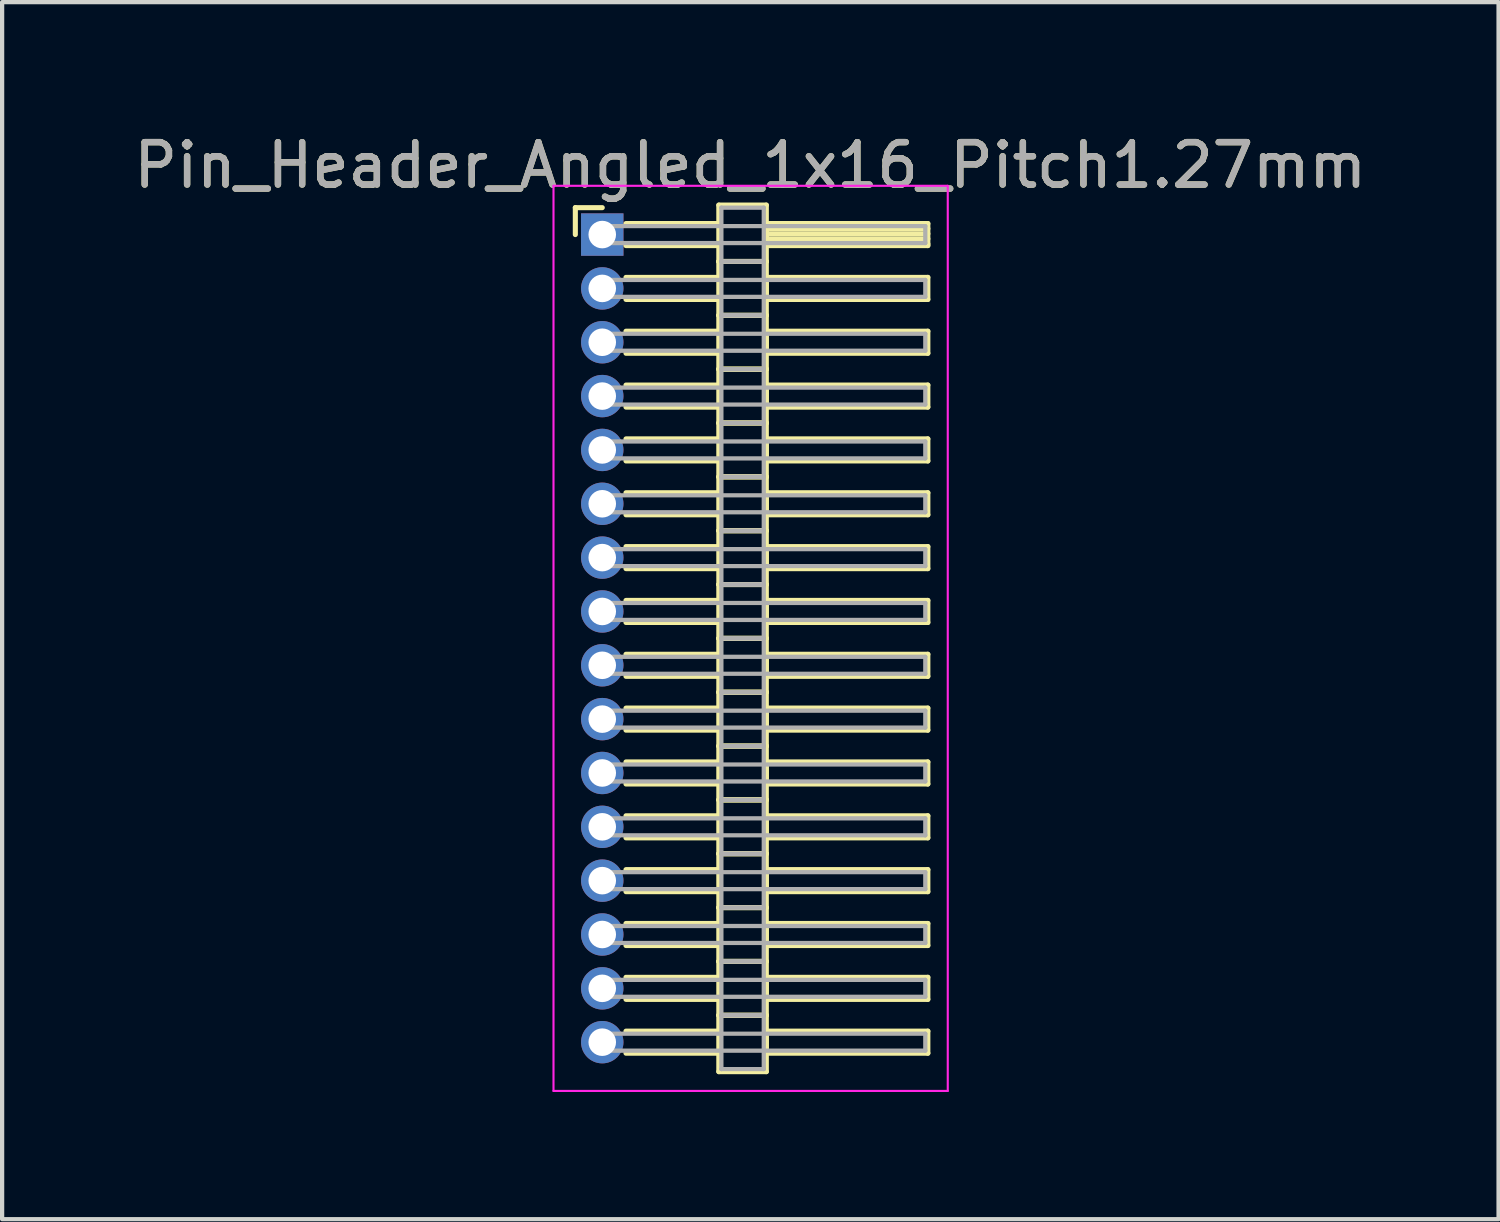
<source format=kicad_pcb>
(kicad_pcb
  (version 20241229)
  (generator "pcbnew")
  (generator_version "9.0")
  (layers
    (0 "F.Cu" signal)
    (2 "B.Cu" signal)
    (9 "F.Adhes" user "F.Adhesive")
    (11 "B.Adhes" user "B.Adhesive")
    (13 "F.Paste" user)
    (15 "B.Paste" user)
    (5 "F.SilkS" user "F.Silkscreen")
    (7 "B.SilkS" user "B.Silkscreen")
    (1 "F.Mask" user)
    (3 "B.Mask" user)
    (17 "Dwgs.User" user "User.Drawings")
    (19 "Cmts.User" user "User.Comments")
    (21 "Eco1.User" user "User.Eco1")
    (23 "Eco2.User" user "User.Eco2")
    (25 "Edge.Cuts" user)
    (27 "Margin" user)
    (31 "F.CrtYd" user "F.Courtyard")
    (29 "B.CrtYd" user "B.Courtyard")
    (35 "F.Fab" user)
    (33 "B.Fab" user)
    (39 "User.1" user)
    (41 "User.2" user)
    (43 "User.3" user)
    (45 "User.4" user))
  (footprint "Pin_Header_Angled_1x16_Pitch1.27mm"
    (layer "F.Cu")
    (at 11.156 2.483)
    (property "Reference" "Pin_Header_Angled_1x16_Pitch1.27mm" (at 3.493 -1.635 0) (layer "F.SilkS") (effects (font (size 1 1) (thickness 0.15))))
    (attr through_hole)
    (fp_line (start -0.635 -0.635) (end 0 -0.635) (stroke (width 0.12) (type solid)) (layer "F.SilkS"))
    (fp_line (start -0.635 0) (end -0.635 -0.635) (stroke (width 0.12) (type solid)) (layer "F.SilkS"))
    (fp_line (start 0.56 -0.26) (end 2.75 -0.26) (stroke (width 0.12) (type solid)) (layer "F.SilkS"))
    (fp_line (start 0.56 0.26) (end 2.75 0.26) (stroke (width 0.12) (type solid)) (layer "F.SilkS"))
    (fp_line (start 0.56 1.01) (end 2.75 1.01) (stroke (width 0.12) (type solid)) (layer "F.SilkS"))
    (fp_line (start 0.56 1.53) (end 2.75 1.53) (stroke (width 0.12) (type solid)) (layer "F.SilkS"))
    (fp_line (start 0.56 2.28) (end 2.75 2.28) (stroke (width 0.12) (type solid)) (layer "F.SilkS"))
    (fp_line (start 0.56 2.8) (end 2.75 2.8) (stroke (width 0.12) (type solid)) (layer "F.SilkS"))
    (fp_line (start 0.56 3.55) (end 2.75 3.55) (stroke (width 0.12) (type solid)) (layer "F.SilkS"))
    (fp_line (start 0.56 4.07) (end 2.75 4.07) (stroke (width 0.12) (type solid)) (layer "F.SilkS"))
    (fp_line (start 0.56 4.82) (end 2.75 4.82) (stroke (width 0.12) (type solid)) (layer "F.SilkS"))
    (fp_line (start 0.56 5.34) (end 2.75 5.34) (stroke (width 0.12) (type solid)) (layer "F.SilkS"))
    (fp_line (start 0.56 6.09) (end 2.75 6.09) (stroke (width 0.12) (type solid)) (layer "F.SilkS"))
    (fp_line (start 0.56 6.61) (end 2.75 6.61) (stroke (width 0.12) (type solid)) (layer "F.SilkS"))
    (fp_line (start 0.56 7.36) (end 2.75 7.36) (stroke (width 0.12) (type solid)) (layer "F.SilkS"))
    (fp_line (start 0.56 7.88) (end 2.75 7.88) (stroke (width 0.12) (type solid)) (layer "F.SilkS"))
    (fp_line (start 0.56 8.63) (end 2.75 8.63) (stroke (width 0.12) (type solid)) (layer "F.SilkS"))
    (fp_line (start 0.56 9.15) (end 2.75 9.15) (stroke (width 0.12) (type solid)) (layer "F.SilkS"))
    (fp_line (start 0.56 9.9) (end 2.75 9.9) (stroke (width 0.12) (type solid)) (layer "F.SilkS"))
    (fp_line (start 0.56 10.42) (end 2.75 10.42) (stroke (width 0.12) (type solid)) (layer "F.SilkS"))
    (fp_line (start 0.56 11.17) (end 2.75 11.17) (stroke (width 0.12) (type solid)) (layer "F.SilkS"))
    (fp_line (start 0.56 11.69) (end 2.75 11.69) (stroke (width 0.12) (type solid)) (layer "F.SilkS"))
    (fp_line (start 0.56 12.44) (end 2.75 12.44) (stroke (width 0.12) (type solid)) (layer "F.SilkS"))
    (fp_line (start 0.56 12.96) (end 2.75 12.96) (stroke (width 0.12) (type solid)) (layer "F.SilkS"))
    (fp_line (start 0.56 13.71) (end 2.75 13.71) (stroke (width 0.12) (type solid)) (layer "F.SilkS"))
    (fp_line (start 0.56 14.23) (end 2.75 14.23) (stroke (width 0.12) (type solid)) (layer "F.SilkS"))
    (fp_line (start 0.56 14.98) (end 2.75 14.98) (stroke (width 0.12) (type solid)) (layer "F.SilkS"))
    (fp_line (start 0.56 15.5) (end 2.75 15.5) (stroke (width 0.12) (type solid)) (layer "F.SilkS"))
    (fp_line (start 0.56 16.25) (end 2.75 16.25) (stroke (width 0.12) (type solid)) (layer "F.SilkS"))
    (fp_line (start 0.56 16.77) (end 2.75 16.77) (stroke (width 0.12) (type solid)) (layer "F.SilkS"))
    (fp_line (start 0.56 17.52) (end 2.75 17.52) (stroke (width 0.12) (type solid)) (layer "F.SilkS"))
    (fp_line (start 0.56 18.04) (end 2.75 18.04) (stroke (width 0.12) (type solid)) (layer "F.SilkS"))
    (fp_line (start 0.56 18.79) (end 2.75 18.79) (stroke (width 0.12) (type solid)) (layer "F.SilkS"))
    (fp_line (start 0.56 19.31) (end 2.75 19.31) (stroke (width 0.12) (type solid)) (layer "F.SilkS"))
    (fp_line (start 2.75 -0.695) (end 2.75 0.635) (stroke (width 0.12) (type solid)) (layer "F.SilkS"))
    (fp_line (start 2.75 0.635) (end 2.75 1.905) (stroke (width 0.12) (type solid)) (layer "F.SilkS"))
    (fp_line (start 2.75 0.635) (end 3.87 0.635) (stroke (width 0.12) (type solid)) (layer "F.SilkS"))
    (fp_line (start 2.75 1.905) (end 2.75 3.175) (stroke (width 0.12) (type solid)) (layer "F.SilkS"))
    (fp_line (start 2.75 1.905) (end 3.87 1.905) (stroke (width 0.12) (type solid)) (layer "F.SilkS"))
    (fp_line (start 2.75 3.175) (end 2.75 4.445) (stroke (width 0.12) (type solid)) (layer "F.SilkS"))
    (fp_line (start 2.75 3.175) (end 3.87 3.175) (stroke (width 0.12) (type solid)) (layer "F.SilkS"))
    (fp_line (start 2.75 4.445) (end 2.75 5.715) (stroke (width 0.12) (type solid)) (layer "F.SilkS"))
    (fp_line (start 2.75 4.445) (end 3.87 4.445) (stroke (width 0.12) (type solid)) (layer "F.SilkS"))
    (fp_line (start 2.75 5.715) (end 2.75 6.985) (stroke (width 0.12) (type solid)) (layer "F.SilkS"))
    (fp_line (start 2.75 5.715) (end 3.87 5.715) (stroke (width 0.12) (type solid)) (layer "F.SilkS"))
    (fp_line (start 2.75 6.985) (end 2.75 8.255) (stroke (width 0.12) (type solid)) (layer "F.SilkS"))
    (fp_line (start 2.75 6.985) (end 3.87 6.985) (stroke (width 0.12) (type solid)) (layer "F.SilkS"))
    (fp_line (start 2.75 8.255) (end 2.75 9.525) (stroke (width 0.12) (type solid)) (layer "F.SilkS"))
    (fp_line (start 2.75 8.255) (end 3.87 8.255) (stroke (width 0.12) (type solid)) (layer "F.SilkS"))
    (fp_line (start 2.75 9.525) (end 2.75 10.795) (stroke (width 0.12) (type solid)) (layer "F.SilkS"))
    (fp_line (start 2.75 9.525) (end 3.87 9.525) (stroke (width 0.12) (type solid)) (layer "F.SilkS"))
    (fp_line (start 2.75 10.795) (end 2.75 12.065) (stroke (width 0.12) (type solid)) (layer "F.SilkS"))
    (fp_line (start 2.75 10.795) (end 3.87 10.795) (stroke (width 0.12) (type solid)) (layer "F.SilkS"))
    (fp_line (start 2.75 12.065) (end 2.75 13.335) (stroke (width 0.12) (type solid)) (layer "F.SilkS"))
    (fp_line (start 2.75 12.065) (end 3.87 12.065) (stroke (width 0.12) (type solid)) (layer "F.SilkS"))
    (fp_line (start 2.75 13.335) (end 2.75 14.605) (stroke (width 0.12) (type solid)) (layer "F.SilkS"))
    (fp_line (start 2.75 13.335) (end 3.87 13.335) (stroke (width 0.12) (type solid)) (layer "F.SilkS"))
    (fp_line (start 2.75 14.605) (end 2.75 15.875) (stroke (width 0.12) (type solid)) (layer "F.SilkS"))
    (fp_line (start 2.75 14.605) (end 3.87 14.605) (stroke (width 0.12) (type solid)) (layer "F.SilkS"))
    (fp_line (start 2.75 15.875) (end 2.75 17.145) (stroke (width 0.12) (type solid)) (layer "F.SilkS"))
    (fp_line (start 2.75 15.875) (end 3.87 15.875) (stroke (width 0.12) (type solid)) (layer "F.SilkS"))
    (fp_line (start 2.75 17.145) (end 2.75 18.415) (stroke (width 0.12) (type solid)) (layer "F.SilkS"))
    (fp_line (start 2.75 17.145) (end 3.87 17.145) (stroke (width 0.12) (type solid)) (layer "F.SilkS"))
    (fp_line (start 2.75 18.415) (end 2.75 19.745) (stroke (width 0.12) (type solid)) (layer "F.SilkS"))
    (fp_line (start 2.75 18.415) (end 3.87 18.415) (stroke (width 0.12) (type solid)) (layer "F.SilkS"))
    (fp_line (start 2.75 19.745) (end 3.87 19.745) (stroke (width 0.12) (type solid)) (layer "F.SilkS"))
    (fp_line (start 3.87 -0.695) (end 2.75 -0.695) (stroke (width 0.12) (type solid)) (layer "F.SilkS"))
    (fp_line (start 3.87 -0.26) (end 3.87 0.26) (stroke (width 0.12) (type solid)) (layer "F.SilkS"))
    (fp_line (start 3.87 -0.14) (end 7.68 -0.14) (stroke (width 0.12) (type solid)) (layer "F.SilkS"))
    (fp_line (start 3.87 -0.02) (end 7.68 -0.02) (stroke (width 0.12) (type solid)) (layer "F.SilkS"))
    (fp_line (start 3.87 0.1) (end 7.68 0.1) (stroke (width 0.12) (type solid)) (layer "F.SilkS"))
    (fp_line (start 3.87 0.22) (end 7.68 0.22) (stroke (width 0.12) (type solid)) (layer "F.SilkS"))
    (fp_line (start 3.87 0.26) (end 7.68 0.26) (stroke (width 0.12) (type solid)) (layer "F.SilkS"))
    (fp_line (start 3.87 0.635) (end 2.75 0.635) (stroke (width 0.12) (type solid)) (layer "F.SilkS"))
    (fp_line (start 3.87 0.635) (end 3.87 -0.695) (stroke (width 0.12) (type solid)) (layer "F.SilkS"))
    (fp_line (start 3.87 1.01) (end 3.87 1.53) (stroke (width 0.12) (type solid)) (layer "F.SilkS"))
    (fp_line (start 3.87 1.53) (end 7.68 1.53) (stroke (width 0.12) (type solid)) (layer "F.SilkS"))
    (fp_line (start 3.87 1.905) (end 2.75 1.905) (stroke (width 0.12) (type solid)) (layer "F.SilkS"))
    (fp_line (start 3.87 1.905) (end 3.87 0.635) (stroke (width 0.12) (type solid)) (layer "F.SilkS"))
    (fp_line (start 3.87 2.28) (end 3.87 2.8) (stroke (width 0.12) (type solid)) (layer "F.SilkS"))
    (fp_line (start 3.87 2.8) (end 7.68 2.8) (stroke (width 0.12) (type solid)) (layer "F.SilkS"))
    (fp_line (start 3.87 3.175) (end 2.75 3.175) (stroke (width 0.12) (type solid)) (layer "F.SilkS"))
    (fp_line (start 3.87 3.175) (end 3.87 1.905) (stroke (width 0.12) (type solid)) (layer "F.SilkS"))
    (fp_line (start 3.87 3.55) (end 3.87 4.07) (stroke (width 0.12) (type solid)) (layer "F.SilkS"))
    (fp_line (start 3.87 4.07) (end 7.68 4.07) (stroke (width 0.12) (type solid)) (layer "F.SilkS"))
    (fp_line (start 3.87 4.445) (end 2.75 4.445) (stroke (width 0.12) (type solid)) (layer "F.SilkS"))
    (fp_line (start 3.87 4.445) (end 3.87 3.175) (stroke (width 0.12) (type solid)) (layer "F.SilkS"))
    (fp_line (start 3.87 4.82) (end 3.87 5.34) (stroke (width 0.12) (type solid)) (layer "F.SilkS"))
    (fp_line (start 3.87 5.34) (end 7.68 5.34) (stroke (width 0.12) (type solid)) (layer "F.SilkS"))
    (fp_line (start 3.87 5.715) (end 2.75 5.715) (stroke (width 0.12) (type solid)) (layer "F.SilkS"))
    (fp_line (start 3.87 5.715) (end 3.87 4.445) (stroke (width 0.12) (type solid)) (layer "F.SilkS"))
    (fp_line (start 3.87 6.09) (end 3.87 6.61) (stroke (width 0.12) (type solid)) (layer "F.SilkS"))
    (fp_line (start 3.87 6.61) (end 7.68 6.61) (stroke (width 0.12) (type solid)) (layer "F.SilkS"))
    (fp_line (start 3.87 6.985) (end 2.75 6.985) (stroke (width 0.12) (type solid)) (layer "F.SilkS"))
    (fp_line (start 3.87 6.985) (end 3.87 5.715) (stroke (width 0.12) (type solid)) (layer "F.SilkS"))
    (fp_line (start 3.87 7.36) (end 3.87 7.88) (stroke (width 0.12) (type solid)) (layer "F.SilkS"))
    (fp_line (start 3.87 7.88) (end 7.68 7.88) (stroke (width 0.12) (type solid)) (layer "F.SilkS"))
    (fp_line (start 3.87 8.255) (end 2.75 8.255) (stroke (width 0.12) (type solid)) (layer "F.SilkS"))
    (fp_line (start 3.87 8.255) (end 3.87 6.985) (stroke (width 0.12) (type solid)) (layer "F.SilkS"))
    (fp_line (start 3.87 8.63) (end 3.87 9.15) (stroke (width 0.12) (type solid)) (layer "F.SilkS"))
    (fp_line (start 3.87 9.15) (end 7.68 9.15) (stroke (width 0.12) (type solid)) (layer "F.SilkS"))
    (fp_line (start 3.87 9.525) (end 2.75 9.525) (stroke (width 0.12) (type solid)) (layer "F.SilkS"))
    (fp_line (start 3.87 9.525) (end 3.87 8.255) (stroke (width 0.12) (type solid)) (layer "F.SilkS"))
    (fp_line (start 3.87 9.9) (end 3.87 10.42) (stroke (width 0.12) (type solid)) (layer "F.SilkS"))
    (fp_line (start 3.87 10.42) (end 7.68 10.42) (stroke (width 0.12) (type solid)) (layer "F.SilkS"))
    (fp_line (start 3.87 10.795) (end 2.75 10.795) (stroke (width 0.12) (type solid)) (layer "F.SilkS"))
    (fp_line (start 3.87 10.795) (end 3.87 9.525) (stroke (width 0.12) (type solid)) (layer "F.SilkS"))
    (fp_line (start 3.87 11.17) (end 3.87 11.69) (stroke (width 0.12) (type solid)) (layer "F.SilkS"))
    (fp_line (start 3.87 11.69) (end 7.68 11.69) (stroke (width 0.12) (type solid)) (layer "F.SilkS"))
    (fp_line (start 3.87 12.065) (end 2.75 12.065) (stroke (width 0.12) (type solid)) (layer "F.SilkS"))
    (fp_line (start 3.87 12.065) (end 3.87 10.795) (stroke (width 0.12) (type solid)) (layer "F.SilkS"))
    (fp_line (start 3.87 12.44) (end 3.87 12.96) (stroke (width 0.12) (type solid)) (layer "F.SilkS"))
    (fp_line (start 3.87 12.96) (end 7.68 12.96) (stroke (width 0.12) (type solid)) (layer "F.SilkS"))
    (fp_line (start 3.87 13.335) (end 2.75 13.335) (stroke (width 0.12) (type solid)) (layer "F.SilkS"))
    (fp_line (start 3.87 13.335) (end 3.87 12.065) (stroke (width 0.12) (type solid)) (layer "F.SilkS"))
    (fp_line (start 3.87 13.71) (end 3.87 14.23) (stroke (width 0.12) (type solid)) (layer "F.SilkS"))
    (fp_line (start 3.87 14.23) (end 7.68 14.23) (stroke (width 0.12) (type solid)) (layer "F.SilkS"))
    (fp_line (start 3.87 14.605) (end 2.75 14.605) (stroke (width 0.12) (type solid)) (layer "F.SilkS"))
    (fp_line (start 3.87 14.605) (end 3.87 13.335) (stroke (width 0.12) (type solid)) (layer "F.SilkS"))
    (fp_line (start 3.87 14.98) (end 3.87 15.5) (stroke (width 0.12) (type solid)) (layer "F.SilkS"))
    (fp_line (start 3.87 15.5) (end 7.68 15.5) (stroke (width 0.12) (type solid)) (layer "F.SilkS"))
    (fp_line (start 3.87 15.875) (end 2.75 15.875) (stroke (width 0.12) (type solid)) (layer "F.SilkS"))
    (fp_line (start 3.87 15.875) (end 3.87 14.605) (stroke (width 0.12) (type solid)) (layer "F.SilkS"))
    (fp_line (start 3.87 16.25) (end 3.87 16.77) (stroke (width 0.12) (type solid)) (layer "F.SilkS"))
    (fp_line (start 3.87 16.77) (end 7.68 16.77) (stroke (width 0.12) (type solid)) (layer "F.SilkS"))
    (fp_line (start 3.87 17.145) (end 2.75 17.145) (stroke (width 0.12) (type solid)) (layer "F.SilkS"))
    (fp_line (start 3.87 17.145) (end 3.87 15.875) (stroke (width 0.12) (type solid)) (layer "F.SilkS"))
    (fp_line (start 3.87 17.52) (end 3.87 18.04) (stroke (width 0.12) (type solid)) (layer "F.SilkS"))
    (fp_line (start 3.87 18.04) (end 7.68 18.04) (stroke (width 0.12) (type solid)) (layer "F.SilkS"))
    (fp_line (start 3.87 18.415) (end 2.75 18.415) (stroke (width 0.12) (type solid)) (layer "F.SilkS"))
    (fp_line (start 3.87 18.415) (end 3.87 17.145) (stroke (width 0.12) (type solid)) (layer "F.SilkS"))
    (fp_line (start 3.87 18.79) (end 3.87 19.31) (stroke (width 0.12) (type solid)) (layer "F.SilkS"))
    (fp_line (start 3.87 19.31) (end 7.68 19.31) (stroke (width 0.12) (type solid)) (layer "F.SilkS"))
    (fp_line (start 3.87 19.745) (end 3.87 18.415) (stroke (width 0.12) (type solid)) (layer "F.SilkS"))
    (fp_line (start 7.68 -0.26) (end 3.87 -0.26) (stroke (width 0.12) (type solid)) (layer "F.SilkS"))
    (fp_line (start 7.68 0.26) (end 7.68 -0.26) (stroke (width 0.12) (type solid)) (layer "F.SilkS"))
    (fp_line (start 7.68 1.01) (end 3.87 1.01) (stroke (width 0.12) (type solid)) (layer "F.SilkS"))
    (fp_line (start 7.68 1.53) (end 7.68 1.01) (stroke (width 0.12) (type solid)) (layer "F.SilkS"))
    (fp_line (start 7.68 2.28) (end 3.87 2.28) (stroke (width 0.12) (type solid)) (layer "F.SilkS"))
    (fp_line (start 7.68 2.8) (end 7.68 2.28) (stroke (width 0.12) (type solid)) (layer "F.SilkS"))
    (fp_line (start 7.68 3.55) (end 3.87 3.55) (stroke (width 0.12) (type solid)) (layer "F.SilkS"))
    (fp_line (start 7.68 4.07) (end 7.68 3.55) (stroke (width 0.12) (type solid)) (layer "F.SilkS"))
    (fp_line (start 7.68 4.82) (end 3.87 4.82) (stroke (width 0.12) (type solid)) (layer "F.SilkS"))
    (fp_line (start 7.68 5.34) (end 7.68 4.82) (stroke (width 0.12) (type solid)) (layer "F.SilkS"))
    (fp_line (start 7.68 6.09) (end 3.87 6.09) (stroke (width 0.12) (type solid)) (layer "F.SilkS"))
    (fp_line (start 7.68 6.61) (end 7.68 6.09) (stroke (width 0.12) (type solid)) (layer "F.SilkS"))
    (fp_line (start 7.68 7.36) (end 3.87 7.36) (stroke (width 0.12) (type solid)) (layer "F.SilkS"))
    (fp_line (start 7.68 7.88) (end 7.68 7.36) (stroke (width 0.12) (type solid)) (layer "F.SilkS"))
    (fp_line (start 7.68 8.63) (end 3.87 8.63) (stroke (width 0.12) (type solid)) (layer "F.SilkS"))
    (fp_line (start 7.68 9.15) (end 7.68 8.63) (stroke (width 0.12) (type solid)) (layer "F.SilkS"))
    (fp_line (start 7.68 9.9) (end 3.87 9.9) (stroke (width 0.12) (type solid)) (layer "F.SilkS"))
    (fp_line (start 7.68 10.42) (end 7.68 9.9) (stroke (width 0.12) (type solid)) (layer "F.SilkS"))
    (fp_line (start 7.68 11.17) (end 3.87 11.17) (stroke (width 0.12) (type solid)) (layer "F.SilkS"))
    (fp_line (start 7.68 11.69) (end 7.68 11.17) (stroke (width 0.12) (type solid)) (layer "F.SilkS"))
    (fp_line (start 7.68 12.44) (end 3.87 12.44) (stroke (width 0.12) (type solid)) (layer "F.SilkS"))
    (fp_line (start 7.68 12.96) (end 7.68 12.44) (stroke (width 0.12) (type solid)) (layer "F.SilkS"))
    (fp_line (start 7.68 13.71) (end 3.87 13.71) (stroke (width 0.12) (type solid)) (layer "F.SilkS"))
    (fp_line (start 7.68 14.23) (end 7.68 13.71) (stroke (width 0.12) (type solid)) (layer "F.SilkS"))
    (fp_line (start 7.68 14.98) (end 3.87 14.98) (stroke (width 0.12) (type solid)) (layer "F.SilkS"))
    (fp_line (start 7.68 15.5) (end 7.68 14.98) (stroke (width 0.12) (type solid)) (layer "F.SilkS"))
    (fp_line (start 7.68 16.25) (end 3.87 16.25) (stroke (width 0.12) (type solid)) (layer "F.SilkS"))
    (fp_line (start 7.68 16.77) (end 7.68 16.25) (stroke (width 0.12) (type solid)) (layer "F.SilkS"))
    (fp_line (start 7.68 17.52) (end 3.87 17.52) (stroke (width 0.12) (type solid)) (layer "F.SilkS"))
    (fp_line (start 7.68 18.04) (end 7.68 17.52) (stroke (width 0.12) (type solid)) (layer "F.SilkS"))
    (fp_line (start 7.68 18.79) (end 3.87 18.79) (stroke (width 0.12) (type solid)) (layer "F.SilkS"))
    (fp_line (start 7.68 19.31) (end 7.68 18.79) (stroke (width 0.12) (type solid)) (layer "F.SilkS"))
    (fp_line (start -1.15 -1.15) (end -1.15 20.2) (stroke (width 0.05) (type solid)) (layer "F.CrtYd"))
    (fp_line (start -1.15 20.2) (end 8.15 20.2) (stroke (width 0.05) (type solid)) (layer "F.CrtYd"))
    (fp_line (start 8.15 -1.15) (end -1.15 -1.15) (stroke (width 0.05) (type solid)) (layer "F.CrtYd"))
    (fp_line (start 8.15 20.2) (end 8.15 -1.15) (stroke (width 0.05) (type solid)) (layer "F.CrtYd"))
    (fp_line (start 0 -0.2) (end 0 0.2) (stroke (width 0.1) (type solid)) (layer "F.Fab"))
    (fp_line (start 0 0.2) (end 7.62 0.2) (stroke (width 0.1) (type solid)) (layer "F.Fab"))
    (fp_line (start 0 1.07) (end 0 1.47) (stroke (width 0.1) (type solid)) (layer "F.Fab"))
    (fp_line (start 0 1.47) (end 7.62 1.47) (stroke (width 0.1) (type solid)) (layer "F.Fab"))
    (fp_line (start 0 2.34) (end 0 2.74) (stroke (width 0.1) (type solid)) (layer "F.Fab"))
    (fp_line (start 0 2.74) (end 7.62 2.74) (stroke (width 0.1) (type solid)) (layer "F.Fab"))
    (fp_line (start 0 3.61) (end 0 4.01) (stroke (width 0.1) (type solid)) (layer "F.Fab"))
    (fp_line (start 0 4.01) (end 7.62 4.01) (stroke (width 0.1) (type solid)) (layer "F.Fab"))
    (fp_line (start 0 4.88) (end 0 5.28) (stroke (width 0.1) (type solid)) (layer "F.Fab"))
    (fp_line (start 0 5.28) (end 7.62 5.28) (stroke (width 0.1) (type solid)) (layer "F.Fab"))
    (fp_line (start 0 6.15) (end 0 6.55) (stroke (width 0.1) (type solid)) (layer "F.Fab"))
    (fp_line (start 0 6.55) (end 7.62 6.55) (stroke (width 0.1) (type solid)) (layer "F.Fab"))
    (fp_line (start 0 7.42) (end 0 7.82) (stroke (width 0.1) (type solid)) (layer "F.Fab"))
    (fp_line (start 0 7.82) (end 7.62 7.82) (stroke (width 0.1) (type solid)) (layer "F.Fab"))
    (fp_line (start 0 8.69) (end 0 9.09) (stroke (width 0.1) (type solid)) (layer "F.Fab"))
    (fp_line (start 0 9.09) (end 7.62 9.09) (stroke (width 0.1) (type solid)) (layer "F.Fab"))
    (fp_line (start 0 9.96) (end 0 10.36) (stroke (width 0.1) (type solid)) (layer "F.Fab"))
    (fp_line (start 0 10.36) (end 7.62 10.36) (stroke (width 0.1) (type solid)) (layer "F.Fab"))
    (fp_line (start 0 11.23) (end 0 11.63) (stroke (width 0.1) (type solid)) (layer "F.Fab"))
    (fp_line (start 0 11.63) (end 7.62 11.63) (stroke (width 0.1) (type solid)) (layer "F.Fab"))
    (fp_line (start 0 12.5) (end 0 12.9) (stroke (width 0.1) (type solid)) (layer "F.Fab"))
    (fp_line (start 0 12.9) (end 7.62 12.9) (stroke (width 0.1) (type solid)) (layer "F.Fab"))
    (fp_line (start 0 13.77) (end 0 14.17) (stroke (width 0.1) (type solid)) (layer "F.Fab"))
    (fp_line (start 0 14.17) (end 7.62 14.17) (stroke (width 0.1) (type solid)) (layer "F.Fab"))
    (fp_line (start 0 15.04) (end 0 15.44) (stroke (width 0.1) (type solid)) (layer "F.Fab"))
    (fp_line (start 0 15.44) (end 7.62 15.44) (stroke (width 0.1) (type solid)) (layer "F.Fab"))
    (fp_line (start 0 16.31) (end 0 16.71) (stroke (width 0.1) (type solid)) (layer "F.Fab"))
    (fp_line (start 0 16.71) (end 7.62 16.71) (stroke (width 0.1) (type solid)) (layer "F.Fab"))
    (fp_line (start 0 17.58) (end 0 17.98) (stroke (width 0.1) (type solid)) (layer "F.Fab"))
    (fp_line (start 0 17.98) (end 7.62 17.98) (stroke (width 0.1) (type solid)) (layer "F.Fab"))
    (fp_line (start 0 18.85) (end 0 19.25) (stroke (width 0.1) (type solid)) (layer "F.Fab"))
    (fp_line (start 0 19.25) (end 7.62 19.25) (stroke (width 0.1) (type solid)) (layer "F.Fab"))
    (fp_line (start 2.81 -0.635) (end 2.81 0.635) (stroke (width 0.1) (type solid)) (layer "F.Fab"))
    (fp_line (start 2.81 0.635) (end 2.81 1.905) (stroke (width 0.1) (type solid)) (layer "F.Fab"))
    (fp_line (start 2.81 0.635) (end 3.81 0.635) (stroke (width 0.1) (type solid)) (layer "F.Fab"))
    (fp_line (start 2.81 1.905) (end 2.81 3.175) (stroke (width 0.1) (type solid)) (layer "F.Fab"))
    (fp_line (start 2.81 1.905) (end 3.81 1.905) (stroke (width 0.1) (type solid)) (layer "F.Fab"))
    (fp_line (start 2.81 3.175) (end 2.81 4.445) (stroke (width 0.1) (type solid)) (layer "F.Fab"))
    (fp_line (start 2.81 3.175) (end 3.81 3.175) (stroke (width 0.1) (type solid)) (layer "F.Fab"))
    (fp_line (start 2.81 4.445) (end 2.81 5.715) (stroke (width 0.1) (type solid)) (layer "F.Fab"))
    (fp_line (start 2.81 4.445) (end 3.81 4.445) (stroke (width 0.1) (type solid)) (layer "F.Fab"))
    (fp_line (start 2.81 5.715) (end 2.81 6.985) (stroke (width 0.1) (type solid)) (layer "F.Fab"))
    (fp_line (start 2.81 5.715) (end 3.81 5.715) (stroke (width 0.1) (type solid)) (layer "F.Fab"))
    (fp_line (start 2.81 6.985) (end 2.81 8.255) (stroke (width 0.1) (type solid)) (layer "F.Fab"))
    (fp_line (start 2.81 6.985) (end 3.81 6.985) (stroke (width 0.1) (type solid)) (layer "F.Fab"))
    (fp_line (start 2.81 8.255) (end 2.81 9.525) (stroke (width 0.1) (type solid)) (layer "F.Fab"))
    (fp_line (start 2.81 8.255) (end 3.81 8.255) (stroke (width 0.1) (type solid)) (layer "F.Fab"))
    (fp_line (start 2.81 9.525) (end 2.81 10.795) (stroke (width 0.1) (type solid)) (layer "F.Fab"))
    (fp_line (start 2.81 9.525) (end 3.81 9.525) (stroke (width 0.1) (type solid)) (layer "F.Fab"))
    (fp_line (start 2.81 10.795) (end 2.81 12.065) (stroke (width 0.1) (type solid)) (layer "F.Fab"))
    (fp_line (start 2.81 10.795) (end 3.81 10.795) (stroke (width 0.1) (type solid)) (layer "F.Fab"))
    (fp_line (start 2.81 12.065) (end 2.81 13.335) (stroke (width 0.1) (type solid)) (layer "F.Fab"))
    (fp_line (start 2.81 12.065) (end 3.81 12.065) (stroke (width 0.1) (type solid)) (layer "F.Fab"))
    (fp_line (start 2.81 13.335) (end 2.81 14.605) (stroke (width 0.1) (type solid)) (layer "F.Fab"))
    (fp_line (start 2.81 13.335) (end 3.81 13.335) (stroke (width 0.1) (type solid)) (layer "F.Fab"))
    (fp_line (start 2.81 14.605) (end 2.81 15.875) (stroke (width 0.1) (type solid)) (layer "F.Fab"))
    (fp_line (start 2.81 14.605) (end 3.81 14.605) (stroke (width 0.1) (type solid)) (layer "F.Fab"))
    (fp_line (start 2.81 15.875) (end 2.81 17.145) (stroke (width 0.1) (type solid)) (layer "F.Fab"))
    (fp_line (start 2.81 15.875) (end 3.81 15.875) (stroke (width 0.1) (type solid)) (layer "F.Fab"))
    (fp_line (start 2.81 17.145) (end 2.81 18.415) (stroke (width 0.1) (type solid)) (layer "F.Fab"))
    (fp_line (start 2.81 17.145) (end 3.81 17.145) (stroke (width 0.1) (type solid)) (layer "F.Fab"))
    (fp_line (start 2.81 18.415) (end 2.81 19.685) (stroke (width 0.1) (type solid)) (layer "F.Fab"))
    (fp_line (start 2.81 18.415) (end 3.81 18.415) (stroke (width 0.1) (type solid)) (layer "F.Fab"))
    (fp_line (start 2.81 19.685) (end 3.81 19.685) (stroke (width 0.1) (type solid)) (layer "F.Fab"))
    (fp_line (start 3.81 -0.635) (end 2.81 -0.635) (stroke (width 0.1) (type solid)) (layer "F.Fab"))
    (fp_line (start 3.81 0.635) (end 2.81 0.635) (stroke (width 0.1) (type solid)) (layer "F.Fab"))
    (fp_line (start 3.81 0.635) (end 3.81 -0.635) (stroke (width 0.1) (type solid)) (layer "F.Fab"))
    (fp_line (start 3.81 1.905) (end 2.81 1.905) (stroke (width 0.1) (type solid)) (layer "F.Fab"))
    (fp_line (start 3.81 1.905) (end 3.81 0.635) (stroke (width 0.1) (type solid)) (layer "F.Fab"))
    (fp_line (start 3.81 3.175) (end 2.81 3.175) (stroke (width 0.1) (type solid)) (layer "F.Fab"))
    (fp_line (start 3.81 3.175) (end 3.81 1.905) (stroke (width 0.1) (type solid)) (layer "F.Fab"))
    (fp_line (start 3.81 4.445) (end 2.81 4.445) (stroke (width 0.1) (type solid)) (layer "F.Fab"))
    (fp_line (start 3.81 4.445) (end 3.81 3.175) (stroke (width 0.1) (type solid)) (layer "F.Fab"))
    (fp_line (start 3.81 5.715) (end 2.81 5.715) (stroke (width 0.1) (type solid)) (layer "F.Fab"))
    (fp_line (start 3.81 5.715) (end 3.81 4.445) (stroke (width 0.1) (type solid)) (layer "F.Fab"))
    (fp_line (start 3.81 6.985) (end 2.81 6.985) (stroke (width 0.1) (type solid)) (layer "F.Fab"))
    (fp_line (start 3.81 6.985) (end 3.81 5.715) (stroke (width 0.1) (type solid)) (layer "F.Fab"))
    (fp_line (start 3.81 8.255) (end 2.81 8.255) (stroke (width 0.1) (type solid)) (layer "F.Fab"))
    (fp_line (start 3.81 8.255) (end 3.81 6.985) (stroke (width 0.1) (type solid)) (layer "F.Fab"))
    (fp_line (start 3.81 9.525) (end 2.81 9.525) (stroke (width 0.1) (type solid)) (layer "F.Fab"))
    (fp_line (start 3.81 9.525) (end 3.81 8.255) (stroke (width 0.1) (type solid)) (layer "F.Fab"))
    (fp_line (start 3.81 10.795) (end 2.81 10.795) (stroke (width 0.1) (type solid)) (layer "F.Fab"))
    (fp_line (start 3.81 10.795) (end 3.81 9.525) (stroke (width 0.1) (type solid)) (layer "F.Fab"))
    (fp_line (start 3.81 12.065) (end 2.81 12.065) (stroke (width 0.1) (type solid)) (layer "F.Fab"))
    (fp_line (start 3.81 12.065) (end 3.81 10.795) (stroke (width 0.1) (type solid)) (layer "F.Fab"))
    (fp_line (start 3.81 13.335) (end 2.81 13.335) (stroke (width 0.1) (type solid)) (layer "F.Fab"))
    (fp_line (start 3.81 13.335) (end 3.81 12.065) (stroke (width 0.1) (type solid)) (layer "F.Fab"))
    (fp_line (start 3.81 14.605) (end 2.81 14.605) (stroke (width 0.1) (type solid)) (layer "F.Fab"))
    (fp_line (start 3.81 14.605) (end 3.81 13.335) (stroke (width 0.1) (type solid)) (layer "F.Fab"))
    (fp_line (start 3.81 15.875) (end 2.81 15.875) (stroke (width 0.1) (type solid)) (layer "F.Fab"))
    (fp_line (start 3.81 15.875) (end 3.81 14.605) (stroke (width 0.1) (type solid)) (layer "F.Fab"))
    (fp_line (start 3.81 17.145) (end 2.81 17.145) (stroke (width 0.1) (type solid)) (layer "F.Fab"))
    (fp_line (start 3.81 17.145) (end 3.81 15.875) (stroke (width 0.1) (type solid)) (layer "F.Fab"))
    (fp_line (start 3.81 18.415) (end 2.81 18.415) (stroke (width 0.1) (type solid)) (layer "F.Fab"))
    (fp_line (start 3.81 18.415) (end 3.81 17.145) (stroke (width 0.1) (type solid)) (layer "F.Fab"))
    (fp_line (start 3.81 19.685) (end 3.81 18.415) (stroke (width 0.1) (type solid)) (layer "F.Fab"))
    (fp_line (start 7.62 -0.2) (end 0 -0.2) (stroke (width 0.1) (type solid)) (layer "F.Fab"))
    (fp_line (start 7.62 0.2) (end 7.62 -0.2) (stroke (width 0.1) (type solid)) (layer "F.Fab"))
    (fp_line (start 7.62 1.07) (end 0 1.07) (stroke (width 0.1) (type solid)) (layer "F.Fab"))
    (fp_line (start 7.62 1.47) (end 7.62 1.07) (stroke (width 0.1) (type solid)) (layer "F.Fab"))
    (fp_line (start 7.62 2.34) (end 0 2.34) (stroke (width 0.1) (type solid)) (layer "F.Fab"))
    (fp_line (start 7.62 2.74) (end 7.62 2.34) (stroke (width 0.1) (type solid)) (layer "F.Fab"))
    (fp_line (start 7.62 3.61) (end 0 3.61) (stroke (width 0.1) (type solid)) (layer "F.Fab"))
    (fp_line (start 7.62 4.01) (end 7.62 3.61) (stroke (width 0.1) (type solid)) (layer "F.Fab"))
    (fp_line (start 7.62 4.88) (end 0 4.88) (stroke (width 0.1) (type solid)) (layer "F.Fab"))
    (fp_line (start 7.62 5.28) (end 7.62 4.88) (stroke (width 0.1) (type solid)) (layer "F.Fab"))
    (fp_line (start 7.62 6.15) (end 0 6.15) (stroke (width 0.1) (type solid)) (layer "F.Fab"))
    (fp_line (start 7.62 6.55) (end 7.62 6.15) (stroke (width 0.1) (type solid)) (layer "F.Fab"))
    (fp_line (start 7.62 7.42) (end 0 7.42) (stroke (width 0.1) (type solid)) (layer "F.Fab"))
    (fp_line (start 7.62 7.82) (end 7.62 7.42) (stroke (width 0.1) (type solid)) (layer "F.Fab"))
    (fp_line (start 7.62 8.69) (end 0 8.69) (stroke (width 0.1) (type solid)) (layer "F.Fab"))
    (fp_line (start 7.62 9.09) (end 7.62 8.69) (stroke (width 0.1) (type solid)) (layer "F.Fab"))
    (fp_line (start 7.62 9.96) (end 0 9.96) (stroke (width 0.1) (type solid)) (layer "F.Fab"))
    (fp_line (start 7.62 10.36) (end 7.62 9.96) (stroke (width 0.1) (type solid)) (layer "F.Fab"))
    (fp_line (start 7.62 11.23) (end 0 11.23) (stroke (width 0.1) (type solid)) (layer "F.Fab"))
    (fp_line (start 7.62 11.63) (end 7.62 11.23) (stroke (width 0.1) (type solid)) (layer "F.Fab"))
    (fp_line (start 7.62 12.5) (end 0 12.5) (stroke (width 0.1) (type solid)) (layer "F.Fab"))
    (fp_line (start 7.62 12.9) (end 7.62 12.5) (stroke (width 0.1) (type solid)) (layer "F.Fab"))
    (fp_line (start 7.62 13.77) (end 0 13.77) (stroke (width 0.1) (type solid)) (layer "F.Fab"))
    (fp_line (start 7.62 14.17) (end 7.62 13.77) (stroke (width 0.1) (type solid)) (layer "F.Fab"))
    (fp_line (start 7.62 15.04) (end 0 15.04) (stroke (width 0.1) (type solid)) (layer "F.Fab"))
    (fp_line (start 7.62 15.44) (end 7.62 15.04) (stroke (width 0.1) (type solid)) (layer "F.Fab"))
    (fp_line (start 7.62 16.31) (end 0 16.31) (stroke (width 0.1) (type solid)) (layer "F.Fab"))
    (fp_line (start 7.62 16.71) (end 7.62 16.31) (stroke (width 0.1) (type solid)) (layer "F.Fab"))
    (fp_line (start 7.62 17.58) (end 0 17.58) (stroke (width 0.1) (type solid)) (layer "F.Fab"))
    (fp_line (start 7.62 17.98) (end 7.62 17.58) (stroke (width 0.1) (type solid)) (layer "F.Fab"))
    (fp_line (start 7.62 18.85) (end 0 18.85) (stroke (width 0.1) (type solid)) (layer "F.Fab"))
    (fp_line (start 7.62 19.25) (end 7.62 18.85) (stroke (width 0.1) (type solid)) (layer "F.Fab"))
    (fp_text user "${REFERENCE}" (at 3.493 -1.635 0) (layer "F.Fab") (effects (font (size 1 1) (thickness 0.15))))
    (pad "1" thru_hole rect (at 0 0) (size 1 1) (drill 0.65) (layers "*.Cu" "*.Mask"))
    (pad "2" thru_hole oval (at 0 1.27) (size 1 1) (drill 0.65) (layers "*.Cu" "*.Mask"))
    (pad "3" thru_hole oval (at 0 2.54) (size 1 1) (drill 0.65) (layers "*.Cu" "*.Mask"))
    (pad "4" thru_hole oval (at 0 3.81) (size 1 1) (drill 0.65) (layers "*.Cu" "*.Mask"))
    (pad "5" thru_hole oval (at 0 5.08) (size 1 1) (drill 0.65) (layers "*.Cu" "*.Mask"))
    (pad "6" thru_hole oval (at 0 6.35) (size 1 1) (drill 0.65) (layers "*.Cu" "*.Mask"))
    (pad "7" thru_hole oval (at 0 7.62) (size 1 1) (drill 0.65) (layers "*.Cu" "*.Mask"))
    (pad "8" thru_hole oval (at 0 8.89) (size 1 1) (drill 0.65) (layers "*.Cu" "*.Mask"))
    (pad "9" thru_hole oval (at 0 10.16) (size 1 1) (drill 0.65) (layers "*.Cu" "*.Mask"))
    (pad "10" thru_hole oval (at 0 11.43) (size 1 1) (drill 0.65) (layers "*.Cu" "*.Mask"))
    (pad "11" thru_hole oval (at 0 12.7) (size 1 1) (drill 0.65) (layers "*.Cu" "*.Mask"))
    (pad "12" thru_hole oval (at 0 13.97) (size 1 1) (drill 0.65) (layers "*.Cu" "*.Mask"))
    (pad "13" thru_hole oval (at 0 15.24) (size 1 1) (drill 0.65) (layers "*.Cu" "*.Mask"))
    (pad "14" thru_hole oval (at 0 16.51) (size 1 1) (drill 0.65) (layers "*.Cu" "*.Mask"))
    (pad "15" thru_hole oval (at 0 17.78) (size 1 1) (drill 0.65) (layers "*.Cu" "*.Mask"))
    (pad "16" thru_hole oval (at 0 19.05) (size 1 1) (drill 0.65) (layers "*.Cu" "*.Mask")))
  (gr_rect
    (start -3 -3)
    (end 32.298 25.708)
    (stroke (width 0.1) (type default))
    (fill no)
    (layer "Edge.Cuts")))
</source>
